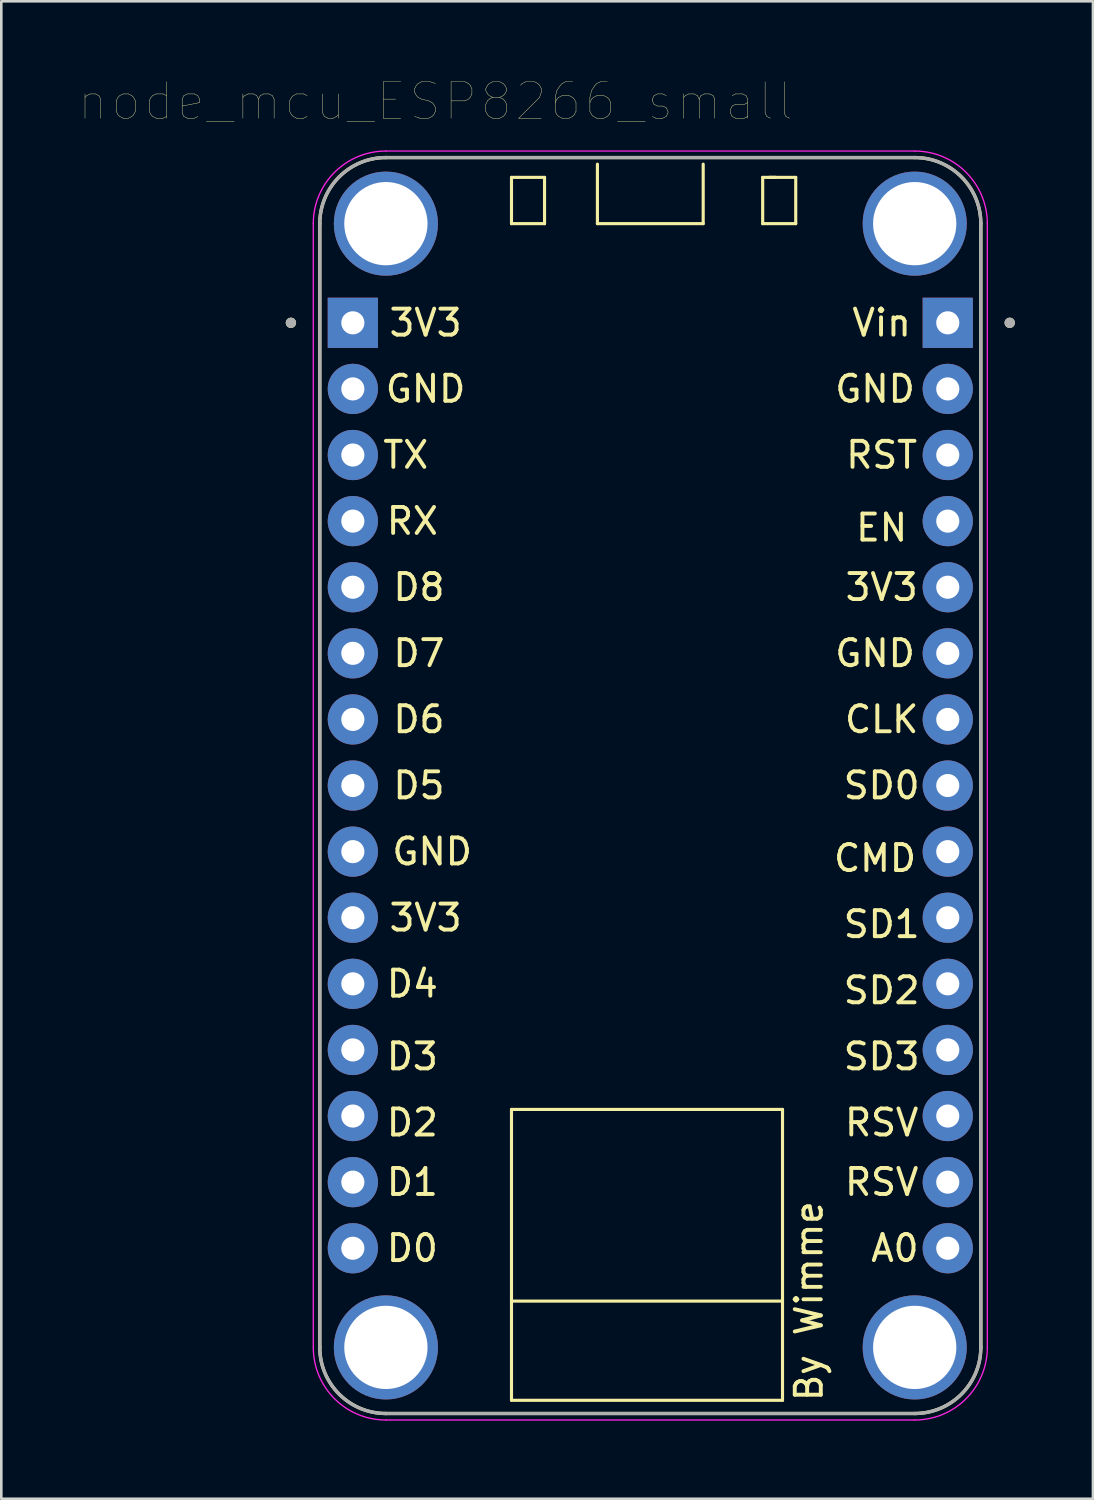
<source format=kicad_pcb>
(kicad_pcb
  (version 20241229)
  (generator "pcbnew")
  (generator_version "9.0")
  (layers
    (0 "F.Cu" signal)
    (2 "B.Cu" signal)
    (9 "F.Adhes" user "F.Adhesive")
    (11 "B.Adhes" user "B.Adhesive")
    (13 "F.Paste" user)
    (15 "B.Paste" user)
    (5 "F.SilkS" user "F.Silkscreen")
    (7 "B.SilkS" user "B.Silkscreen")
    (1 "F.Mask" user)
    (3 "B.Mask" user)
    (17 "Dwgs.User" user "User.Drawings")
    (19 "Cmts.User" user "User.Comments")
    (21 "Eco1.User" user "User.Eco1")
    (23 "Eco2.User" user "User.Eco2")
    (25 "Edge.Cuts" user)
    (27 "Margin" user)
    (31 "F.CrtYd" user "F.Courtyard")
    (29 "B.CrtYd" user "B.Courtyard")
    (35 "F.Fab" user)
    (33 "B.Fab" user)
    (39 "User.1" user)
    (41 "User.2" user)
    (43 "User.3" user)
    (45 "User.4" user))
  (footprint "node_mcu_ESP8266_small"
    (layer "F.Cu")
    (at 21.938 27.134)
    (property "Reference" "node_mcu_ESP8266_small" (at -8.255 -26.289 0) (layer "F.SilkS") (effects (font (size 1.4 1.4) (thickness 0.015))))
    (attr through_hole)
    (fp_line (start -12.7 21.59) (end -12.7 -21.59) (stroke (width 0.127) (type solid)) (layer "F.SilkS"))
    (fp_line (start -10.16 -24.13) (end 10.16 -24.13) (stroke (width 0.127) (type solid)) (layer "F.SilkS"))
    (fp_line (start -5.334 -23.368) (end -5.334 -21.59) (stroke (width 0.12) (type solid)) (layer "F.SilkS"))
    (fp_line (start -5.334 -21.59) (end -4.064 -21.59) (stroke (width 0.12) (type solid)) (layer "F.SilkS"))
    (fp_line (start -5.334 12.446) (end -5.334 23.622) (stroke (width 0.12) (type solid)) (layer "F.SilkS"))
    (fp_line (start -5.334 19.812) (end 5.08 19.812) (stroke (width 0.12) (type solid)) (layer "F.SilkS"))
    (fp_line (start -5.334 23.622) (end 5.08 23.622) (stroke (width 0.12) (type solid)) (layer "F.SilkS"))
    (fp_line (start -5.08 -23.368) (end -5.334 -23.368) (stroke (width 0.12) (type solid)) (layer "F.SilkS"))
    (fp_line (start -4.064 -23.368) (end -5.08 -23.368) (stroke (width 0.12) (type solid)) (layer "F.SilkS"))
    (fp_line (start -4.064 -21.59) (end -4.064 -23.368) (stroke (width 0.12) (type solid)) (layer "F.SilkS"))
    (fp_line (start -2.032 -23.876) (end -2.032 -21.59) (stroke (width 0.12) (type solid)) (layer "F.SilkS"))
    (fp_line (start -2.032 -21.59) (end 2.032 -21.59) (stroke (width 0.12) (type solid)) (layer "F.SilkS"))
    (fp_line (start 2.032 -21.59) (end 2.032 -23.876) (stroke (width 0.12) (type solid)) (layer "F.SilkS"))
    (fp_line (start 4.318 -23.368) (end 4.826 -23.368) (stroke (width 0.12) (type solid)) (layer "F.SilkS"))
    (fp_line (start 4.318 -21.59) (end 4.318 -23.368) (stroke (width 0.12) (type solid)) (layer "F.SilkS"))
    (fp_line (start 4.572 -23.368) (end 5.588 -23.368) (stroke (width 0.12) (type solid)) (layer "F.SilkS"))
    (fp_line (start 5.08 12.446) (end -5.334 12.446) (stroke (width 0.12) (type solid)) (layer "F.SilkS"))
    (fp_line (start 5.08 23.622) (end 5.08 12.446) (stroke (width 0.12) (type solid)) (layer "F.SilkS"))
    (fp_line (start 5.588 -23.368) (end 5.588 -21.59) (stroke (width 0.12) (type solid)) (layer "F.SilkS"))
    (fp_line (start 5.588 -21.59) (end 4.318 -21.59) (stroke (width 0.12) (type solid)) (layer "F.SilkS"))
    (fp_line (start 10.16 24.13) (end -10.16 24.13) (stroke (width 0.127) (type solid)) (layer "F.SilkS"))
    (fp_line (start 12.7 -21.59) (end 12.7 21.59) (stroke (width 0.127) (type solid)) (layer "F.SilkS"))
    (fp_arc (start -12.7 -21.59) (mid -11.956051 -23.386051) (end -10.16 -24.13) (stroke (width 0.127) (type solid)) (layer "F.SilkS"))
    (fp_arc (start -10.16 24.13) (mid -11.956051 23.386051) (end -12.7 21.59) (stroke (width 0.127) (type solid)) (layer "F.SilkS"))
    (fp_arc (start 10.16 -24.13) (mid 11.956051 -23.386051) (end 12.7 -21.59) (stroke (width 0.127) (type solid)) (layer "F.SilkS"))
    (fp_arc (start 12.7 21.59) (mid 11.956051 23.386051) (end 10.16 24.13) (stroke (width 0.127) (type solid)) (layer "F.SilkS"))
    (fp_circle (center -13.81 -17.78) (end -13.71 -17.78) (stroke (width 0.2) (type solid)) (fill no) (layer "F.SilkS"))
    (fp_circle (center 13.81 -17.78) (end 13.91 -17.78) (stroke (width 0.2) (type solid)) (fill no) (layer "F.SilkS"))
    (fp_line (start -12.95 21.59) (end -12.95 -21.59) (stroke (width 0.05) (type solid)) (layer "F.CrtYd"))
    (fp_line (start -10.16 -24.38) (end 10.16 -24.38) (stroke (width 0.05) (type solid)) (layer "F.CrtYd"))
    (fp_line (start 10.16 24.38) (end -10.16 24.38) (stroke (width 0.05) (type solid)) (layer "F.CrtYd"))
    (fp_line (start 12.95 -21.59) (end 12.95 21.59) (stroke (width 0.05) (type solid)) (layer "F.CrtYd"))
    (fp_arc (start -12.95 -21.59) (mid -12.132828 -23.562828) (end -10.16 -24.38) (stroke (width 0.05) (type solid)) (layer "F.CrtYd"))
    (fp_arc (start -10.16 24.38) (mid -12.132828 23.562828) (end -12.95 21.59) (stroke (width 0.05) (type solid)) (layer "F.CrtYd"))
    (fp_arc (start 10.16 -24.38) (mid 12.132828 -23.562828) (end 12.95 -21.59) (stroke (width 0.05) (type solid)) (layer "F.CrtYd"))
    (fp_arc (start 12.95 21.59) (mid 12.132828 23.562828) (end 10.16 24.38) (stroke (width 0.05) (type solid)) (layer "F.CrtYd"))
    (fp_line (start -12.7 21.59) (end -12.7 -21.59) (stroke (width 0.127) (type solid)) (layer "F.Fab"))
    (fp_line (start -10.16 -24.13) (end 10.16 -24.13) (stroke (width 0.127) (type solid)) (layer "F.Fab"))
    (fp_line (start 10.16 24.13) (end -10.16 24.13) (stroke (width 0.127) (type solid)) (layer "F.Fab"))
    (fp_line (start 12.7 -21.59) (end 12.7 21.59) (stroke (width 0.127) (type solid)) (layer "F.Fab"))
    (fp_arc (start -12.7 -21.59) (mid -11.956051 -23.386051) (end -10.16 -24.13) (stroke (width 0.127) (type solid)) (layer "F.Fab"))
    (fp_arc (start -10.16 24.13) (mid -11.956051 23.386051) (end -12.7 21.59) (stroke (width 0.127) (type solid)) (layer "F.Fab"))
    (fp_arc (start 10.16 -24.13) (mid 11.956051 -23.386051) (end 12.7 -21.59) (stroke (width 0.127) (type solid)) (layer "F.Fab"))
    (fp_arc (start 12.7 21.59) (mid 11.956051 23.386051) (end 10.16 24.13) (stroke (width 0.127) (type solid)) (layer "F.Fab"))
    (fp_circle (center -13.81 -17.78) (end -13.71 -17.78) (stroke (width 0.2) (type solid)) (fill no) (layer "F.Fab"))
    (fp_circle (center 13.81 -17.78) (end 13.91 -17.78) (stroke (width 0.2) (type solid)) (fill no) (layer "F.Fab"))
    (fp_text user "D2" (at -9.144 12.954 0) (layer "F.SilkS") (effects (font (size 1 1) (thickness 0.15))))
    (fp_text user "3V3" (at 8.89 -7.62 0) (layer "F.SilkS") (effects (font (size 1 1) (thickness 0.15))))
    (fp_text user "GND" (at -8.636 -15.24 0) (layer "F.SilkS") (effects (font (size 1 1) (thickness 0.15))))
    (fp_text user "CMD" (at 8.636 2.794 0) (layer "F.SilkS") (effects (font (size 1 1) (thickness 0.15))))
    (fp_text user "RST" (at 8.89 -12.7 0) (layer "F.SilkS") (effects (font (size 1 1) (thickness 0.15))))
    (fp_text user "GND" (at 8.636 -5.08 0) (layer "F.SilkS") (effects (font (size 1 1) (thickness 0.15))))
    (fp_text user "D6" (at -8.89 -2.54 0) (layer "F.SilkS") (effects (font (size 1 1) (thickness 0.15))))
    (fp_text user "3V3" (at -8.636 -17.78 0) (layer "F.SilkS") (effects (font (size 1 1) (thickness 0.15))))
    (fp_text user "3V3" (at -8.636 5.08 0) (layer "F.SilkS") (effects (font (size 1 1) (thickness 0.15))))
    (fp_text user "D7" (at -8.89 -5.08 0) (layer "F.SilkS") (effects (font (size 1 1) (thickness 0.15))))
    (fp_text user "A0" (at 9.398 17.78 0) (layer "F.SilkS") (effects (font (size 1 1) (thickness 0.15))))
    (fp_text user "D5" (at -8.89 0 0) (layer "F.SilkS") (effects (font (size 1 1) (thickness 0.15))))
    (fp_text user "By Wimme" (at 6.096 19.812 90) (layer "F.SilkS") (effects (font (size 1 1) (thickness 0.15))))
    (fp_text user "D8" (at -8.89 -7.62 0) (layer "F.SilkS") (effects (font (size 1 1) (thickness 0.15))))
    (fp_text user "EN" (at 8.89 -9.906 0) (layer "F.SilkS") (effects (font (size 1 1) (thickness 0.15))))
    (fp_text user "RSV" (at 8.89 12.954 0) (layer "F.SilkS") (effects (font (size 1 1) (thickness 0.15))))
    (fp_text user "RSV" (at 8.89 15.24 0) (layer "F.SilkS") (effects (font (size 1 1) (thickness 0.15))))
    (fp_text user "SD1" (at 8.89 5.334 0) (layer "F.SilkS") (effects (font (size 1 1) (thickness 0.15))))
    (fp_text user "Vin" (at 8.89 -17.78 0) (layer "F.SilkS") (effects (font (size 1 1) (thickness 0.15))))
    (fp_text user "D1" (at -9.144 15.24 0) (layer "F.SilkS") (effects (font (size 1 1) (thickness 0.15))))
    (fp_text user "D3" (at -9.144 10.414 0) (layer "F.SilkS") (effects (font (size 1 1) (thickness 0.15))))
    (fp_text user "GND" (at -8.382 2.54 0) (layer "F.SilkS") (effects (font (size 1 1) (thickness 0.15))))
    (fp_text user "SD0" (at 8.89 0 0) (layer "F.SilkS") (effects (font (size 1 1) (thickness 0.15))))
    (fp_text user "TX" (at -9.398 -12.7 0) (layer "F.SilkS") (effects (font (size 1 1) (thickness 0.15))))
    (fp_text user "SD3" (at 8.89 10.414 0) (layer "F.SilkS") (effects (font (size 1 1) (thickness 0.15))))
    (fp_text user "GND" (at 8.636 -15.24 0) (layer "F.SilkS") (effects (font (size 1 1) (thickness 0.15))))
    (fp_text user "SD2" (at 8.89 7.874 0) (layer "F.SilkS") (effects (font (size 1 1) (thickness 0.15))))
    (fp_text user "D0" (at -9.144 17.78 0) (layer "F.SilkS") (effects (font (size 1 1) (thickness 0.15))))
    (fp_text user "D4" (at -9.144 7.62 0) (layer "F.SilkS") (effects (font (size 1 1) (thickness 0.15))))
    (fp_text user "RX" (at -9.144 -10.16 0) (layer "F.SilkS") (effects (font (size 1 1) (thickness 0.15))))
    (fp_text user "CLK" (at 8.89 -2.54 0) (layer "F.SilkS") (effects (font (size 1 1) (thickness 0.15))))
    (pad "1" thru_hole circle (at 11.43 17.78) (size 1.93 1.93) (drill 0.889) (layers "*.Cu" "*.Mask"))
    (pad "2" thru_hole circle (at 11.43 15.24) (size 1.93 1.93) (drill 0.889) (layers "*.Cu" "*.Mask"))
    (pad "3" thru_hole circle (at 11.43 12.7) (size 1.93 1.93) (drill 0.889) (layers "*.Cu" "*.Mask"))
    (pad "4" thru_hole circle (at 11.43 10.16) (size 1.93 1.93) (drill 0.889) (layers "*.Cu" "*.Mask"))
    (pad "5" thru_hole circle (at 11.43 7.62) (size 1.93 1.93) (drill 0.889) (layers "*.Cu" "*.Mask"))
    (pad "6" thru_hole circle (at 11.43 5.08) (size 1.93 1.93) (drill 0.889) (layers "*.Cu" "*.Mask"))
    (pad "7" thru_hole circle (at 11.43 2.54) (size 1.93 1.93) (drill 0.889) (layers "*.Cu" "*.Mask"))
    (pad "8" thru_hole circle (at 11.43 0) (size 1.93 1.93) (drill 0.889) (layers "*.Cu" "*.Mask"))
    (pad "9" thru_hole circle (at 11.43 -2.54) (size 1.93 1.93) (drill 0.889) (layers "*.Cu" "*.Mask"))
    (pad "10" thru_hole circle (at 11.43 -5.08) (size 1.93 1.93) (drill 0.889) (layers "*.Cu" "*.Mask"))
    (pad "11" thru_hole circle (at 11.43 -7.62) (size 1.93 1.93) (drill 0.889) (layers "*.Cu" "*.Mask"))
    (pad "12" thru_hole circle (at 11.43 -10.16) (size 1.93 1.93) (drill 0.889) (layers "*.Cu" "*.Mask"))
    (pad "13" thru_hole circle (at 11.43 -12.7) (size 1.93 1.93) (drill 0.889) (layers "*.Cu" "*.Mask"))
    (pad "14" thru_hole circle (at 11.43 -15.24) (size 1.93 1.93) (drill 0.889) (layers "*.Cu" "*.Mask"))
    (pad "15" thru_hole rect (at 11.43 -17.78) (size 1.93 1.93) (drill 0.889) (layers "*.Cu" "*.Mask"))
    (pad "16" thru_hole rect (at -11.43 -17.78) (size 1.93 1.93) (drill 0.889) (layers "*.Cu" "*.Mask"))
    (pad "17" thru_hole circle (at -11.43 -15.24) (size 1.93 1.93) (drill 0.889) (layers "*.Cu" "*.Mask"))
    (pad "18" thru_hole circle (at -11.43 -12.7) (size 1.93 1.93) (drill 0.889) (layers "*.Cu" "*.Mask"))
    (pad "19" thru_hole circle (at -11.43 -10.16) (size 1.93 1.93) (drill 0.889) (layers "*.Cu" "*.Mask"))
    (pad "20" thru_hole circle (at -11.43 -7.62) (size 1.93 1.93) (drill 0.889) (layers "*.Cu" "*.Mask"))
    (pad "21" thru_hole circle (at -11.43 -5.08) (size 1.93 1.93) (drill 0.889) (layers "*.Cu" "*.Mask"))
    (pad "22" thru_hole circle (at -11.43 -2.54) (size 1.93 1.93) (drill 0.889) (layers "*.Cu" "*.Mask"))
    (pad "23" thru_hole circle (at -11.43 0) (size 1.93 1.93) (drill 0.889) (layers "*.Cu" "*.Mask"))
    (pad "24" thru_hole circle (at -11.43 2.54) (size 1.93 1.93) (drill 0.889) (layers "*.Cu" "*.Mask"))
    (pad "25" thru_hole circle (at -11.43 5.08) (size 1.93 1.93) (drill 0.889) (layers "*.Cu" "*.Mask"))
    (pad "26" thru_hole circle (at -11.43 7.62) (size 1.93 1.93) (drill 0.889) (layers "*.Cu" "*.Mask"))
    (pad "27" thru_hole circle (at -11.43 10.16) (size 1.93 1.93) (drill 0.889) (layers "*.Cu" "*.Mask"))
    (pad "28" thru_hole circle (at -11.43 12.7) (size 1.93 1.93) (drill 0.889) (layers "*.Cu" "*.Mask"))
    (pad "29" thru_hole circle (at -11.43 15.24) (size 1.93 1.93) (drill 0.889) (layers "*.Cu" "*.Mask"))
    (pad "30" thru_hole circle (at -11.43 17.78) (size 1.93 1.93) (drill 0.889) (layers "*.Cu" "*.Mask"))
    (pad "None" thru_hole circle (at -10.16 -21.59) (size 4 4) (drill 3.2) (layers "*.Cu" "*.Mask"))
    (pad "None" thru_hole circle (at -10.16 21.59) (size 4 4) (drill 3.2) (layers "*.Cu" "*.Mask"))
    (pad "None" thru_hole circle (at 10.16 -21.59) (size 4 4) (drill 3.2) (layers "*.Cu" "*.Mask"))
    (pad "None" thru_hole circle (at 10.16 21.59) (size 4 4) (drill 3.2) (layers "*.Cu" "*.Mask")))
  (gr_rect
    (start -3 -3)
    (end 38.947 54.539)
    (stroke (width 0.1) (type default))
    (fill no)
    (layer "Edge.Cuts")))
</source>
